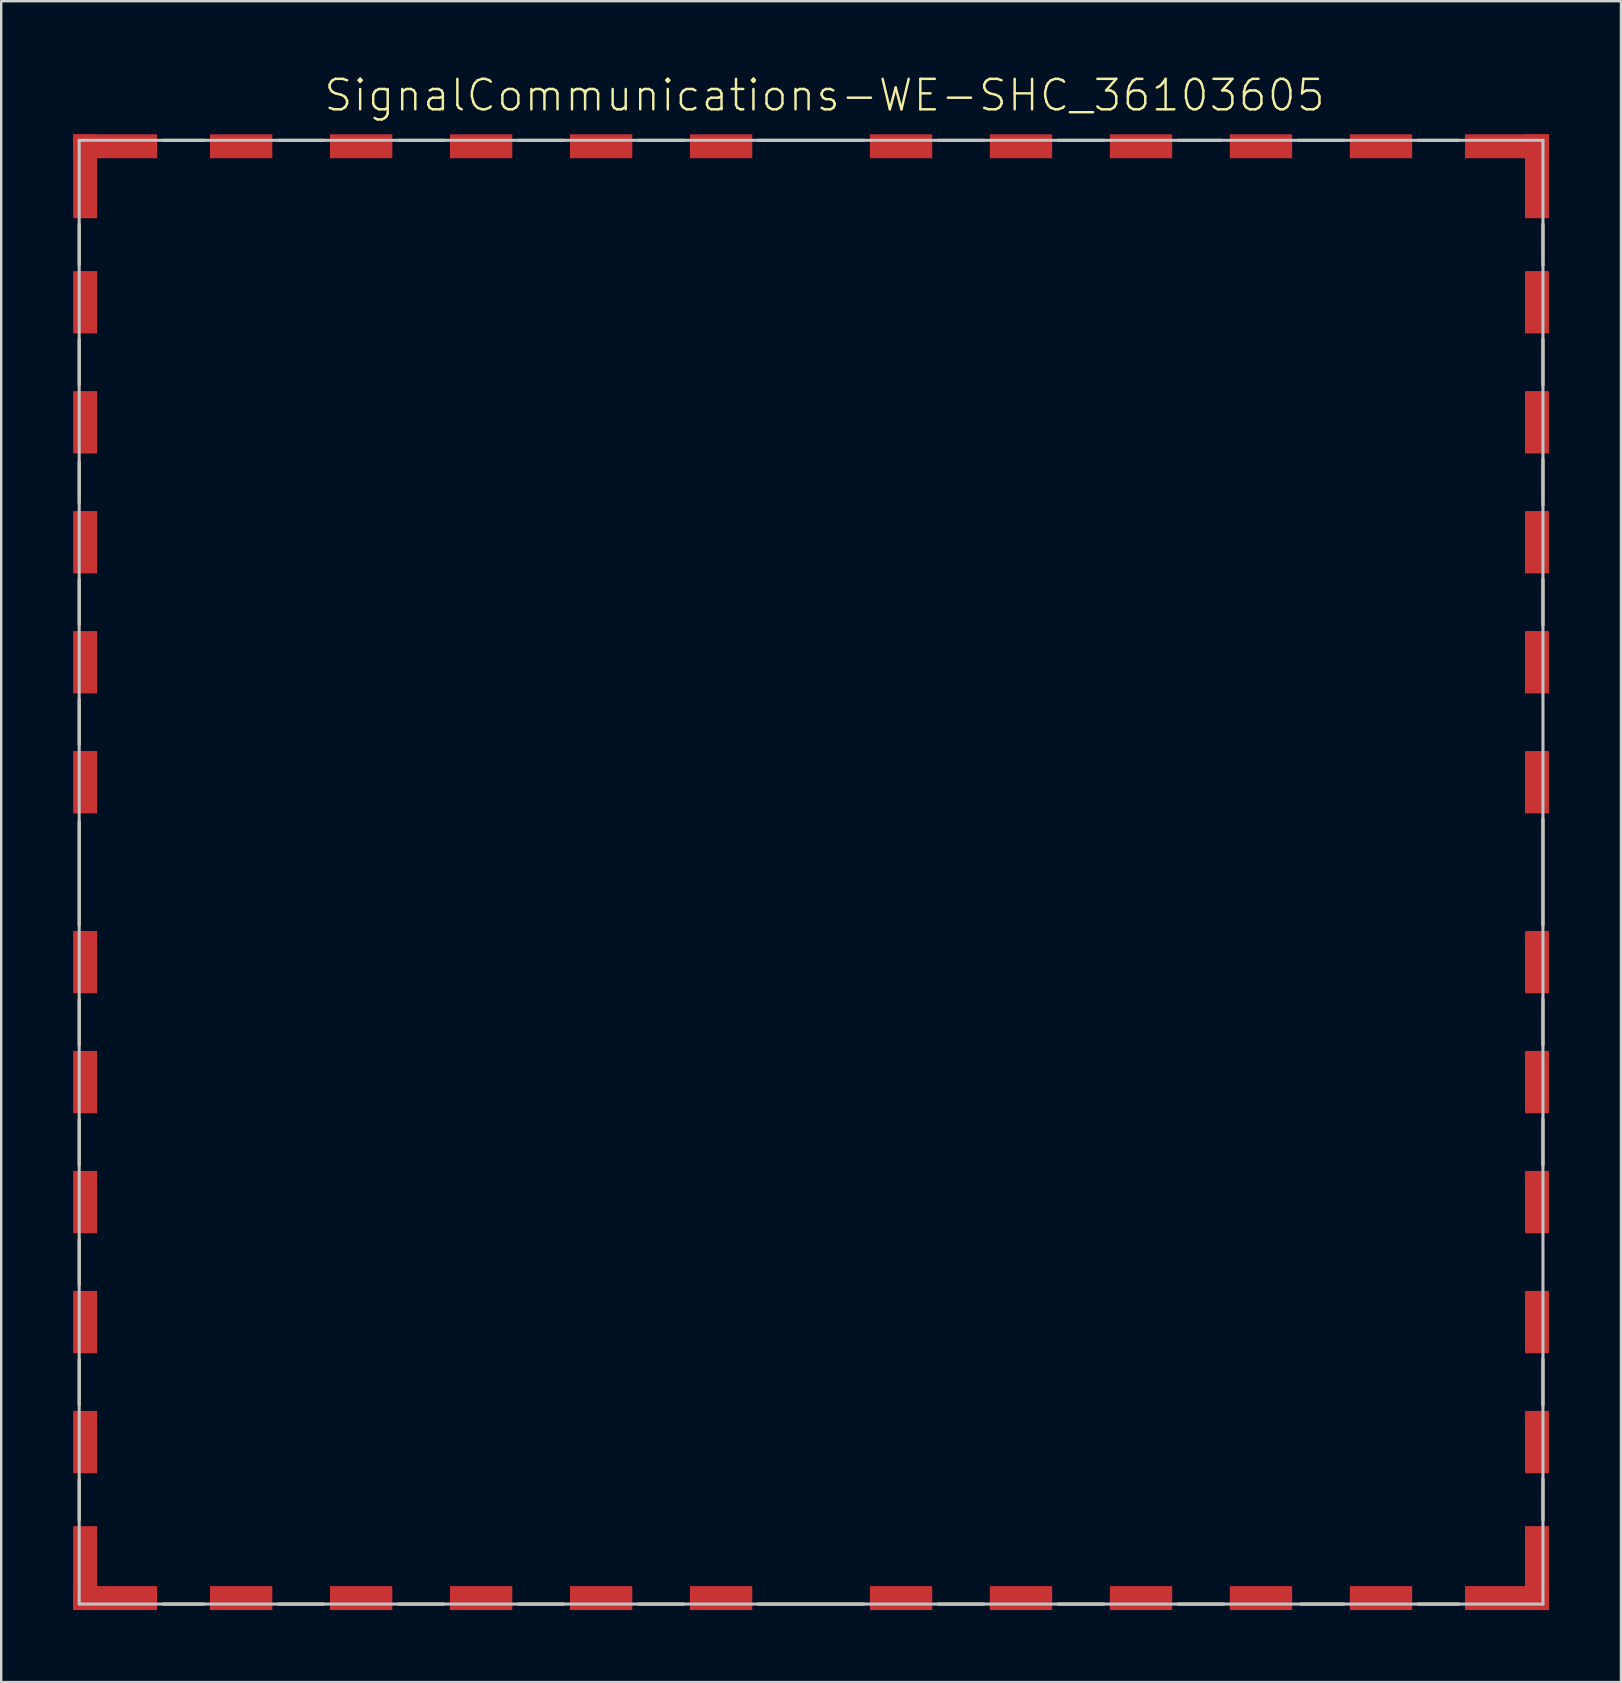
<source format=kicad_pcb>
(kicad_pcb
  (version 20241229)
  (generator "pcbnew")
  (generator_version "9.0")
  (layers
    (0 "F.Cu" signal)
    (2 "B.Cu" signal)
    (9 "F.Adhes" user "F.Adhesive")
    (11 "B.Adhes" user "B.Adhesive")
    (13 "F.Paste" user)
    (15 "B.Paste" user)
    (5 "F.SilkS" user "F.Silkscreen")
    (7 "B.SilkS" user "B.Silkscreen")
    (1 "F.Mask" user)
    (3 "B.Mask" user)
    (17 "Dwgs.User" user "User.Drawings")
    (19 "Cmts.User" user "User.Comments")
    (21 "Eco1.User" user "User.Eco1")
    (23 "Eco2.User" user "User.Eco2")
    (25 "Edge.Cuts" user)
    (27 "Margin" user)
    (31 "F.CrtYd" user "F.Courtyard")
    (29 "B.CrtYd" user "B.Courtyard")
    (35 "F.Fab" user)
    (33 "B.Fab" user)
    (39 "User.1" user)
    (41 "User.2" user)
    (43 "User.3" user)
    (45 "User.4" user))
  (footprint "SignalCommunications-WE-SHC_36103605"
    (layer "F.Cu")
    (at 30.748 33.294)
    (property "Reference" "SignalCommunications-WE-SHC_36103605" (at 0.561 -32.372 0) (layer "F.SilkS") (effects (font (size 1.27 1.27) (thickness 0.102))))
    (attr smd)
    (fp_line (start -30.498 -26.998) (end -30.498 -25.298) (stroke (width 0.127) (type solid)) (layer "F.SilkS"))
    (fp_line (start -30.498 -22.2) (end -30.498 -20.3) (stroke (width 0.127) (type solid)) (layer "F.SilkS"))
    (fp_line (start -30.498 -17.099) (end -30.498 -15.397) (stroke (width 0.127) (type solid)) (layer "F.SilkS"))
    (fp_line (start -30.498 -12.2) (end -30.498 -10.3) (stroke (width 0.127) (type solid)) (layer "F.SilkS"))
    (fp_line (start -30.498 -7.198) (end -30.498 -5.298) (stroke (width 0.127) (type solid)) (layer "F.SilkS"))
    (fp_line (start -30.498 -2.098) (end -30.498 2.2) (stroke (width 0.127) (type solid)) (layer "F.SilkS"))
    (fp_line (start -30.498 5.298) (end -30.498 7.198) (stroke (width 0.127) (type solid)) (layer "F.SilkS"))
    (fp_line (start -30.498 10.3) (end -30.498 12.2) (stroke (width 0.127) (type solid)) (layer "F.SilkS"))
    (fp_line (start -30.498 15.298) (end -30.498 17.198) (stroke (width 0.127) (type solid)) (layer "F.SilkS"))
    (fp_line (start -30.498 20.3) (end -30.498 22.2) (stroke (width 0.127) (type solid)) (layer "F.SilkS"))
    (fp_line (start -30.498 25.298) (end -30.498 26.998) (stroke (width 0.127) (type solid)) (layer "F.SilkS"))
    (fp_line (start -26.998 -30.498) (end -25.298 -30.498) (stroke (width 0.127) (type solid)) (layer "F.SilkS"))
    (fp_line (start -26.998 30.498) (end -25.298 30.498) (stroke (width 0.127) (type solid)) (layer "F.SilkS"))
    (fp_line (start -22.2 -30.498) (end -20.3 -30.498) (stroke (width 0.127) (type solid)) (layer "F.SilkS"))
    (fp_line (start -22.2 30.498) (end -20.3 30.498) (stroke (width 0.127) (type solid)) (layer "F.SilkS"))
    (fp_line (start -17.198 -30.498) (end -15.298 -30.498) (stroke (width 0.127) (type solid)) (layer "F.SilkS"))
    (fp_line (start -17.198 30.498) (end -15.298 30.498) (stroke (width 0.127) (type solid)) (layer "F.SilkS"))
    (fp_line (start -12.2 -30.498) (end -10.3 -30.498) (stroke (width 0.127) (type solid)) (layer "F.SilkS"))
    (fp_line (start -12.2 30.498) (end -10.3 30.498) (stroke (width 0.127) (type solid)) (layer "F.SilkS"))
    (fp_line (start -7.198 -30.498) (end -5.298 -30.498) (stroke (width 0.127) (type solid)) (layer "F.SilkS"))
    (fp_line (start -7.198 30.498) (end -5.298 30.498) (stroke (width 0.127) (type solid)) (layer "F.SilkS"))
    (fp_line (start -2.2 -30.498) (end 2.2 -30.498) (stroke (width 0.127) (type solid)) (layer "F.SilkS"))
    (fp_line (start -2.2 30.498) (end 2.2 30.498) (stroke (width 0.127) (type solid)) (layer "F.SilkS"))
    (fp_line (start 5.298 -30.498) (end 7.198 -30.498) (stroke (width 0.127) (type solid)) (layer "F.SilkS"))
    (fp_line (start 5.298 30.498) (end 7.198 30.498) (stroke (width 0.127) (type solid)) (layer "F.SilkS"))
    (fp_line (start 10.3 -30.498) (end 12.2 -30.498) (stroke (width 0.127) (type solid)) (layer "F.SilkS"))
    (fp_line (start 10.3 30.498) (end 12.2 30.498) (stroke (width 0.127) (type solid)) (layer "F.SilkS"))
    (fp_line (start 15.298 -30.498) (end 17.099 -30.498) (stroke (width 0.127) (type solid)) (layer "F.SilkS"))
    (fp_line (start 15.298 30.498) (end 17.198 30.498) (stroke (width 0.127) (type solid)) (layer "F.SilkS"))
    (fp_line (start 20.3 -30.498) (end 22.2 -30.498) (stroke (width 0.127) (type solid)) (layer "F.SilkS"))
    (fp_line (start 20.399 30.498) (end 22.2 30.498) (stroke (width 0.127) (type solid)) (layer "F.SilkS"))
    (fp_line (start 25.298 -30.498) (end 26.998 -30.498) (stroke (width 0.127) (type solid)) (layer "F.SilkS"))
    (fp_line (start 25.298 30.498) (end 26.998 30.498) (stroke (width 0.127) (type solid)) (layer "F.SilkS"))
    (fp_line (start 30.498 -26.998) (end 30.498 -25.298) (stroke (width 0.127) (type solid)) (layer "F.SilkS"))
    (fp_line (start 30.498 -22.2) (end 30.498 -20.3) (stroke (width 0.127) (type solid)) (layer "F.SilkS"))
    (fp_line (start 30.498 -17.198) (end 30.498 -15.298) (stroke (width 0.127) (type solid)) (layer "F.SilkS"))
    (fp_line (start 30.498 -12.2) (end 30.498 -10.3) (stroke (width 0.127) (type solid)) (layer "F.SilkS"))
    (fp_line (start 30.498 -2.2) (end 30.498 2.2) (stroke (width 0.127) (type solid)) (layer "F.SilkS"))
    (fp_line (start 30.498 5.298) (end 30.498 7.198) (stroke (width 0.127) (type solid)) (layer "F.SilkS"))
    (fp_line (start 30.498 10.3) (end 30.498 12.2) (stroke (width 0.127) (type solid)) (layer "F.SilkS"))
    (fp_line (start 30.498 20.3) (end 30.498 22.2) (stroke (width 0.127) (type solid)) (layer "F.SilkS"))
    (fp_line (start 30.498 25.298) (end 30.498 26.998) (stroke (width 0.127) (type solid)) (layer "F.SilkS"))
    (fp_line (start -30.498 -30.498) (end -30.498 30.498) (stroke (width 0.127) (type solid)) (layer "Dwgs.User"))
    (fp_line (start -30.498 30.498) (end 30.498 30.498) (stroke (width 0.127) (type solid)) (layer "Dwgs.User"))
    (fp_line (start 30.498 -30.498) (end -30.498 -30.498) (stroke (width 0.127) (type solid)) (layer "Dwgs.User"))
    (fp_line (start 30.498 30.498) (end 30.498 -30.498) (stroke (width 0.127) (type solid)) (layer "Dwgs.User"))
    (pad "1" smd rect (at 28.999 -30.249) (size 3.498 0.998) (layers "F.Cu" "F.Mask" "F.Paste"))
    (pad "2" smd rect (at 30.249 -28.999 90) (size 3.498 0.998) (layers "F.Cu" "F.Mask" "F.Paste"))
    (pad "3" smd rect (at 30.249 -23.749 90) (size 2.598 0.998) (layers "F.Cu" "F.Mask" "F.Paste"))
    (pad "4" smd rect (at 30.249 -18.748 90) (size 2.598 0.998) (layers "F.Cu" "F.Mask" "F.Paste"))
    (pad "5" smd rect (at 30.249 -13.749 90) (size 2.598 0.998) (layers "F.Cu" "F.Mask" "F.Paste"))
    (pad "6" smd rect (at 30.249 -8.748 90) (size 2.598 0.998) (layers "F.Cu" "F.Mask" "F.Paste"))
    (pad "7" smd rect (at 30.249 -3.749 90) (size 2.598 0.998) (layers "F.Cu" "F.Mask" "F.Paste"))
    (pad "8" smd rect (at 30.249 3.749 90) (size 2.598 0.998) (layers "F.Cu" "F.Mask" "F.Paste"))
    (pad "9" smd rect (at 30.249 8.748 90) (size 2.598 0.998) (layers "F.Cu" "F.Mask" "F.Paste"))
    (pad "10" smd rect (at 30.249 13.749 90) (size 2.598 0.998) (layers "F.Cu" "F.Mask" "F.Paste"))
    (pad "11" smd rect (at 30.249 18.748 90) (size 2.598 0.998) (layers "F.Cu" "F.Mask" "F.Paste"))
    (pad "12" smd rect (at 30.249 23.749 90) (size 2.598 0.998) (layers "F.Cu" "F.Mask" "F.Paste"))
    (pad "13" smd rect (at 30.249 28.999 270) (size 3.498 0.998) (layers "F.Cu" "F.Mask" "F.Paste"))
    (pad "14" smd rect (at 28.999 30.249 180) (size 3.498 0.998) (layers "F.Cu" "F.Mask" "F.Paste"))
    (pad "15" smd rect (at 23.749 30.249) (size 2.598 0.998) (layers "F.Cu" "F.Mask" "F.Paste"))
    (pad "16" smd rect (at 18.748 30.249) (size 2.598 0.998) (layers "F.Cu" "F.Mask" "F.Paste"))
    (pad "17" smd rect (at 13.749 30.249) (size 2.598 0.998) (layers "F.Cu" "F.Mask" "F.Paste"))
    (pad "18" smd rect (at 8.748 30.249) (size 2.598 0.998) (layers "F.Cu" "F.Mask" "F.Paste"))
    (pad "19" smd rect (at 3.749 30.249) (size 2.598 0.998) (layers "F.Cu" "F.Mask" "F.Paste"))
    (pad "20" smd rect (at -3.749 30.249) (size 2.598 0.998) (layers "F.Cu" "F.Mask" "F.Paste"))
    (pad "21" smd rect (at -8.748 30.249) (size 2.598 0.998) (layers "F.Cu" "F.Mask" "F.Paste"))
    (pad "22" smd rect (at -13.749 30.249) (size 2.598 0.998) (layers "F.Cu" "F.Mask" "F.Paste"))
    (pad "23" smd rect (at -18.748 30.249) (size 2.598 0.998) (layers "F.Cu" "F.Mask" "F.Paste"))
    (pad "24" smd rect (at -23.749 30.249) (size 2.598 0.998) (layers "F.Cu" "F.Mask" "F.Paste"))
    (pad "25" smd rect (at -28.999 30.249 180) (size 3.498 0.998) (layers "F.Cu" "F.Mask" "F.Paste"))
    (pad "26" smd rect (at -30.249 28.999 90) (size 3.498 0.998) (layers "F.Cu" "F.Mask" "F.Paste"))
    (pad "27" smd rect (at -30.249 23.749 90) (size 2.598 0.998) (layers "F.Cu" "F.Mask" "F.Paste"))
    (pad "28" smd rect (at -30.249 18.748 90) (size 2.598 0.998) (layers "F.Cu" "F.Mask" "F.Paste"))
    (pad "29" smd rect (at -30.249 13.749 90) (size 2.598 0.998) (layers "F.Cu" "F.Mask" "F.Paste"))
    (pad "30" smd rect (at -30.249 8.748 90) (size 2.598 0.998) (layers "F.Cu" "F.Mask" "F.Paste"))
    (pad "31" smd rect (at -30.249 3.749 90) (size 2.598 0.998) (layers "F.Cu" "F.Mask" "F.Paste"))
    (pad "32" smd rect (at -30.249 -3.749 90) (size 2.598 0.998) (layers "F.Cu" "F.Mask" "F.Paste"))
    (pad "33" smd rect (at -30.249 -8.748 90) (size 2.598 0.998) (layers "F.Cu" "F.Mask" "F.Paste"))
    (pad "34" smd rect (at -30.249 -13.749 90) (size 2.598 0.998) (layers "F.Cu" "F.Mask" "F.Paste"))
    (pad "35" smd rect (at -30.249 -18.748 90) (size 2.598 0.998) (layers "F.Cu" "F.Mask" "F.Paste"))
    (pad "36" smd rect (at -30.249 -23.749 90) (size 2.598 0.998) (layers "F.Cu" "F.Mask" "F.Paste"))
    (pad "37" smd rect (at -30.249 -28.999 90) (size 3.498 0.998) (layers "F.Cu" "F.Mask" "F.Paste"))
    (pad "38" smd rect (at -28.999 -30.249) (size 3.498 0.998) (layers "F.Cu" "F.Mask" "F.Paste"))
    (pad "39" smd rect (at -23.749 -30.249) (size 2.598 0.998) (layers "F.Cu" "F.Mask" "F.Paste"))
    (pad "40" smd rect (at -18.748 -30.249) (size 2.598 0.998) (layers "F.Cu" "F.Mask" "F.Paste"))
    (pad "41" smd rect (at -13.749 -30.249) (size 2.598 0.998) (layers "F.Cu" "F.Mask" "F.Paste"))
    (pad "42" smd rect (at -8.748 -30.249) (size 2.598 0.998) (layers "F.Cu" "F.Mask" "F.Paste"))
    (pad "43" smd rect (at -3.749 -30.249) (size 2.598 0.998) (layers "F.Cu" "F.Mask" "F.Paste"))
    (pad "44" smd rect (at 3.749 -30.249) (size 2.598 0.998) (layers "F.Cu" "F.Mask" "F.Paste"))
    (pad "45" smd rect (at 8.748 -30.249) (size 2.598 0.998) (layers "F.Cu" "F.Mask" "F.Paste"))
    (pad "46" smd rect (at 13.749 -30.249) (size 2.598 0.998) (layers "F.Cu" "F.Mask" "F.Paste"))
    (pad "47" smd rect (at 18.748 -30.249) (size 2.598 0.998) (layers "F.Cu" "F.Mask" "F.Paste"))
    (pad "49" smd rect (at 23.749 -30.249) (size 2.598 0.998) (layers "F.Cu" "F.Mask" "F.Paste")))
  (gr_rect
    (start -3 -3)
    (end 64.496 67.042)
    (stroke (width 0.1) (type default))
    (fill no)
    (layer "Edge.Cuts")))
</source>
